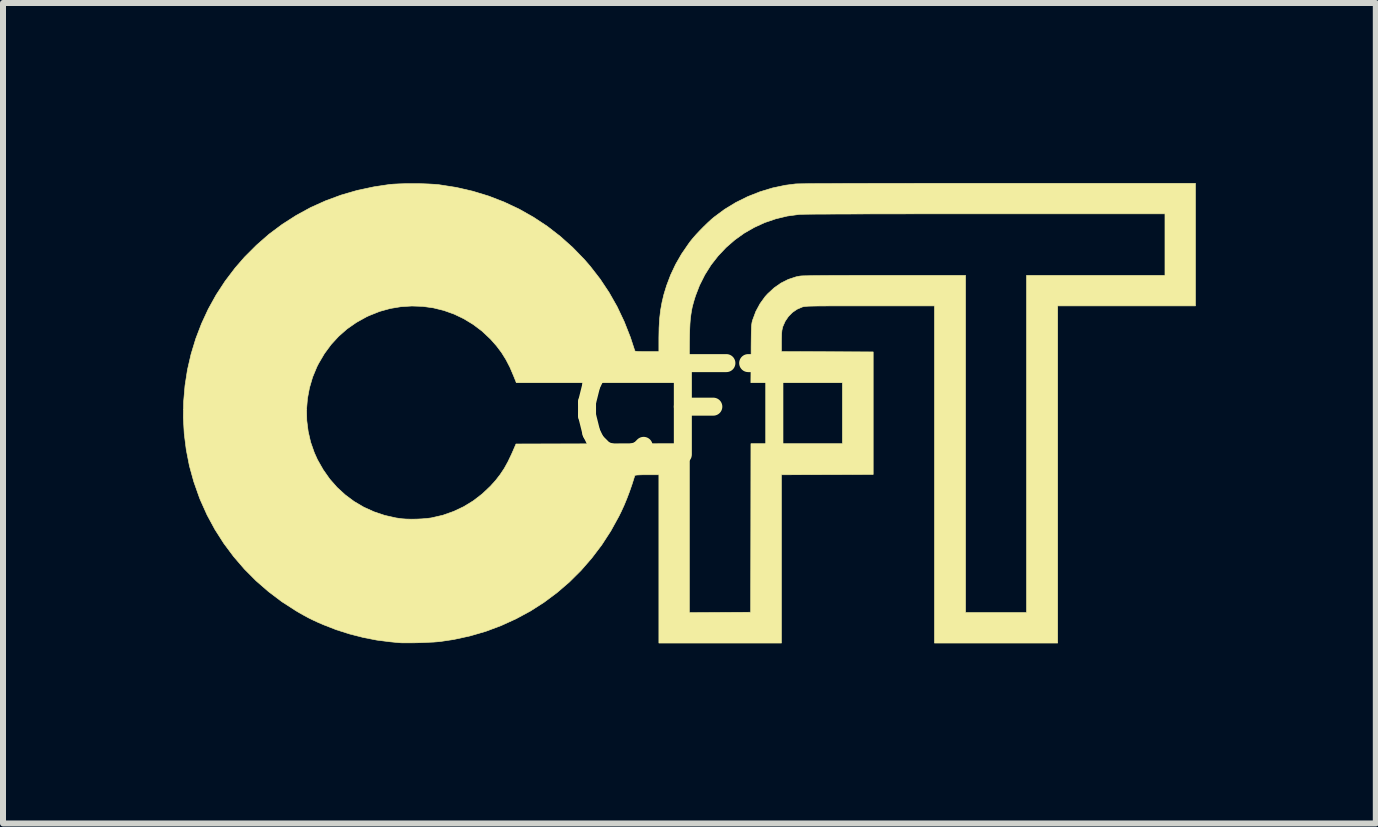
<source format=kicad_pcb>
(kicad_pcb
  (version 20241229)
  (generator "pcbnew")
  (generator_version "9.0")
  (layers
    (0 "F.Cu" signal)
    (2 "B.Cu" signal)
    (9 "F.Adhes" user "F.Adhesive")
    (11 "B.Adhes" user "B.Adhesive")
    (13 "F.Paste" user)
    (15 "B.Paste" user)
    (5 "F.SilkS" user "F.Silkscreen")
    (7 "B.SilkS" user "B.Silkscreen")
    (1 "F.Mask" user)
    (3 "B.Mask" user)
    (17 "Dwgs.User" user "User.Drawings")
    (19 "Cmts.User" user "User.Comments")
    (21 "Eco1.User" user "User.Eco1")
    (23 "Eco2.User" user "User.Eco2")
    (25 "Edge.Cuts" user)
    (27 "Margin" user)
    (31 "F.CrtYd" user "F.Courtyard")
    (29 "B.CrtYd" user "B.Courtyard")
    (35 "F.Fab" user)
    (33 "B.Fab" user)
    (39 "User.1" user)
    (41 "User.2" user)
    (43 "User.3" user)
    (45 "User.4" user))
  (footprint "CFT"
    (layer "F.Cu")
    (at 8.437 3.835)
    (property "Reference" "CFT" (at 0 0 0) (layer "F.SilkS") (effects (font (size 1.524 1.524) (thickness 0.3))))
    (attr through_hole)
    (fp_poly (pts (xy 8.433 -1.788) (xy 6.137 -1.788) (xy 6.137 3.83) (xy 4.084 3.83) (xy 4.084 -1.788) (xy 3.014 -1.788) (xy 2.843 -1.788) (xy 2.691 -1.788) (xy 2.557 -1.788) (xy 2.439 -1.788) (xy 2.338 -1.788) (xy 2.25 -1.787) (xy 2.175 -1.787) (xy 2.113 -1.786) (xy 2.061 -1.785) (xy 2.018 -1.784) (xy 1.983 -1.783) (xy 1.956 -1.781) (xy 1.934 -1.779) (xy 1.917 -1.777) (xy 1.903 -1.775) (xy 1.891 -1.772) (xy 1.88 -1.769) (xy 1.878 -1.768) (xy 1.794 -1.732) (xy 1.717 -1.679) (xy 1.65 -1.611) (xy 1.597 -1.533) (xy 1.558 -1.446) (xy 1.55 -1.417) (xy 1.542 -1.378) (xy 1.537 -1.326) (xy 1.535 -1.258) (xy 1.534 -1.192) (xy 1.534 -1.026) (xy 2.299 -1.024) (xy 3.063 -1.021) (xy 3.063 1.021) (xy 1.534 1.026) (xy 1.534 3.83) (xy -0.508 3.83) (xy -0.508 1.026) (xy -0.706 1.026) (xy -0.779 1.026) (xy -0.834 1.028) (xy -0.872 1.03) (xy -0.896 1.033) (xy -0.907 1.037) (xy -0.909 1.039) (xy -0.954 1.181) (xy -0.998 1.308) (xy -1.042 1.424) (xy -1.087 1.533) (xy -1.136 1.64) (xy -1.174 1.717) (xy -1.309 1.962) (xy -1.46 2.195) (xy -1.626 2.414) (xy -1.805 2.62) (xy -1.998 2.812) (xy -2.204 2.989) (xy -2.421 3.151) (xy -2.649 3.297) (xy -2.888 3.426) (xy -3.136 3.539) (xy -3.392 3.635) (xy -3.657 3.712) (xy -3.928 3.771) (xy -4.155 3.805) (xy -4.201 3.809) (xy -4.262 3.814) (xy -4.333 3.817) (xy -4.412 3.821) (xy -4.493 3.824) (xy -4.575 3.826) (xy -4.652 3.827) (xy -4.721 3.827) (xy -4.779 3.827) (xy -4.821 3.825) (xy -4.831 3.824) (xy -4.858 3.822) (xy -4.899 3.818) (xy -4.948 3.813) (xy -4.989 3.809) (xy -5.208 3.781) (xy -5.434 3.737) (xy -5.661 3.679) (xy -5.884 3.608) (xy -6.097 3.525) (xy -6.099 3.524) (xy -6.192 3.484) (xy -6.272 3.447) (xy -6.345 3.411) (xy -6.419 3.371) (xy -6.499 3.326) (xy -6.558 3.291) (xy -6.792 3.14) (xy -7.013 2.973) (xy -7.221 2.792) (xy -7.415 2.597) (xy -7.594 2.389) (xy -7.758 2.169) (xy -7.906 1.937) (xy -8.037 1.695) (xy -8.15 1.443) (xy -8.166 1.402) (xy -8.258 1.141) (xy -8.331 0.877) (xy -8.383 0.611) (xy -8.417 0.342) (xy -8.432 0.074) (xy -8.43 -0.061) (xy -6.379 -0.061) (xy -6.375 0.123) (xy -6.352 0.304) (xy -6.311 0.483) (xy -6.25 0.657) (xy -6.197 0.775) (xy -6.102 0.942) (xy -5.993 1.097) (xy -5.87 1.237) (xy -5.733 1.362) (xy -5.585 1.472) (xy -5.425 1.566) (xy -5.255 1.643) (xy -5.076 1.703) (xy -4.889 1.745) (xy -4.791 1.759) (xy -4.721 1.764) (xy -4.638 1.766) (xy -4.548 1.765) (xy -4.458 1.761) (xy -4.374 1.754) (xy -4.302 1.745) (xy -4.293 1.743) (xy -4.107 1.7) (xy -3.929 1.637) (xy -3.759 1.557) (xy -3.599 1.459) (xy -3.449 1.343) (xy -3.317 1.218) (xy -3.229 1.121) (xy -3.153 1.023) (xy -3.085 0.921) (xy -3.023 0.809) (xy -2.963 0.683) (xy -2.946 0.645) (xy -2.889 0.513) (xy 0 0.508) (xy 0 3.323) (xy 0.511 3.32) (xy 1.021 3.317) (xy 1.024 1.913) (xy 1.026 0.508) (xy 2.55 0.508) (xy 2.55 -0.508) (xy 1.025 -0.508) (xy 1.029 -0.993) (xy 1.029 -1.105) (xy 1.03 -1.199) (xy 1.031 -1.277) (xy 1.032 -1.34) (xy 1.034 -1.39) (xy 1.035 -1.43) (xy 1.037 -1.462) (xy 1.04 -1.487) (xy 1.043 -1.508) (xy 1.047 -1.526) (xy 1.052 -1.544) (xy 1.055 -1.554) (xy 1.108 -1.696) (xy 1.178 -1.825) (xy 1.263 -1.943) (xy 1.305 -1.989) (xy 1.411 -2.087) (xy 1.525 -2.167) (xy 1.648 -2.229) (xy 1.778 -2.272) (xy 1.843 -2.285) (xy 1.864 -2.287) (xy 1.905 -2.289) (xy 1.967 -2.29) (xy 2.048 -2.292) (xy 2.15 -2.293) (xy 2.272 -2.294) (xy 2.415 -2.295) (xy 2.577 -2.295) (xy 2.76 -2.296) (xy 2.963 -2.296) (xy 3.186 -2.296) (xy 3.253 -2.296) (xy 4.602 -2.296) (xy 4.602 3.322) (xy 5.618 3.322) (xy 5.618 -2.296) (xy 7.925 -2.296) (xy 7.925 -3.322) (xy 4.935 -3.322) (xy 4.62 -3.322) (xy 4.32 -3.322) (xy 4.035 -3.322) (xy 3.767 -3.322) (xy 3.514 -3.321) (xy 3.277 -3.321) (xy 3.057 -3.321) (xy 2.854 -3.32) (xy 2.668 -3.319) (xy 2.5 -3.319) (xy 2.35 -3.318) (xy 2.218 -3.317) (xy 2.104 -3.317) (xy 2.01 -3.316) (xy 1.934 -3.315) (xy 1.878 -3.314) (xy 1.842 -3.313) (xy 1.829 -3.312) (xy 1.631 -3.285) (xy 1.44 -3.239) (xy 1.255 -3.176) (xy 1.079 -3.095) (xy 0.912 -2.999) (xy 0.756 -2.887) (xy 0.611 -2.761) (xy 0.479 -2.621) (xy 0.36 -2.469) (xy 0.257 -2.305) (xy 0.169 -2.13) (xy 0.102 -1.956) (xy 0.081 -1.889) (xy 0.063 -1.826) (xy 0.047 -1.765) (xy 0.035 -1.703) (xy 0.025 -1.638) (xy 0.016 -1.568) (xy 0.01 -1.49) (xy 0.006 -1.402) (xy 0.003 -1.302) (xy 0.001 -1.188) (xy 0.000115 -1.057) (xy 0 -0.971) (xy 0 -0.508) (xy -2.883 -0.508) (xy -2.927 -0.617) (xy -2.989 -0.763) (xy -3.056 -0.892) (xy -3.13 -1.011) (xy -3.214 -1.122) (xy -3.31 -1.231) (xy -3.317 -1.238) (xy -3.454 -1.367) (xy -3.601 -1.478) (xy -3.757 -1.573) (xy -3.92 -1.651) (xy -4.091 -1.712) (xy -4.265 -1.755) (xy -4.444 -1.78) (xy -4.624 -1.786) (xy -4.804 -1.775) (xy -4.984 -1.745) (xy -5.161 -1.696) (xy -5.334 -1.627) (xy -5.38 -1.606) (xy -5.549 -1.512) (xy -5.704 -1.404) (xy -5.844 -1.281) (xy -5.97 -1.144) (xy -6.082 -0.992) (xy -6.179 -0.827) (xy -6.207 -0.772) (xy -6.278 -0.601) (xy -6.33 -0.424) (xy -6.364 -0.243) (xy -6.379 -0.061) (xy -8.43 -0.061) (xy -8.427 -0.194) (xy -8.404 -0.461) (xy -8.363 -0.725) (xy -8.303 -0.985) (xy -8.225 -1.241) (xy -8.129 -1.492) (xy -8.016 -1.736) (xy -7.885 -1.972) (xy -7.736 -2.2) (xy -7.57 -2.419) (xy -7.413 -2.6) (xy -7.215 -2.798) (xy -7.006 -2.981) (xy -6.785 -3.146) (xy -6.554 -3.294) (xy -6.313 -3.426) (xy -6.062 -3.539) (xy -5.802 -3.635) (xy -5.533 -3.713) (xy -5.255 -3.772) (xy -4.989 -3.812) (xy -4.922 -3.817) (xy -4.839 -3.821) (xy -4.745 -3.824) (xy -4.643 -3.825) (xy -4.539 -3.825) (xy -4.436 -3.823) (xy -4.339 -3.819) (xy -4.252 -3.814) (xy -4.179 -3.808) (xy -4.166 -3.806) (xy -3.884 -3.762) (xy -3.61 -3.699) (xy -3.344 -3.618) (xy -3.086 -3.518) (xy -2.837 -3.401) (xy -2.598 -3.266) (xy -2.369 -3.115) (xy -2.151 -2.946) (xy -1.944 -2.761) (xy -1.749 -2.56) (xy -1.653 -2.449) (xy -1.487 -2.235) (xy -1.338 -2.011) (xy -1.204 -1.775) (xy -1.086 -1.526) (xy -0.983 -1.265) (xy -0.909 -1.039) (xy -0.902 -1.034) (xy -0.884 -1.031) (xy -0.853 -1.028) (xy -0.806 -1.027) (xy -0.742 -1.026) (xy -0.706 -1.026) (xy -0.508 -1.026) (xy -0.508 -1.257) (xy -0.505 -1.423) (xy -0.496 -1.573) (xy -0.48 -1.713) (xy -0.456 -1.846) (xy -0.425 -1.977) (xy -0.384 -2.111) (xy -0.382 -2.119) (xy -0.312 -2.304) (xy -0.229 -2.48) (xy -0.131 -2.651) (xy -0.015 -2.82) (xy 0.014 -2.86) (xy 0.057 -2.913) (xy 0.112 -2.976) (xy 0.175 -3.043) (xy 0.241 -3.11) (xy 0.307 -3.174) (xy 0.369 -3.231) (xy 0.411 -3.266) (xy 0.586 -3.396) (xy 0.773 -3.51) (xy 0.97 -3.608) (xy 1.175 -3.689) (xy 1.385 -3.753) (xy 1.598 -3.798) (xy 1.768 -3.82) (xy 1.791 -3.821) (xy 1.833 -3.822) (xy 1.894 -3.823) (xy 1.975 -3.824) (xy 2.075 -3.825) (xy 2.195 -3.826) (xy 2.335 -3.826) (xy 2.494 -3.827) (xy 2.673 -3.828) (xy 2.872 -3.828) (xy 3.09 -3.829) (xy 3.329 -3.829) (xy 3.587 -3.829) (xy 3.866 -3.83) (xy 4.165 -3.83) (xy 4.483 -3.83) (xy 4.822 -3.83) (xy 5.159 -3.83) (xy 8.433 -3.83) (xy 8.433 -1.788)) (stroke (width 0.01) (type solid)) (fill yes) (layer "F.SilkS")))
  (gr_rect
    (start -3 -3)
    (end 19.875 10.671)
    (stroke (width 0.1) (type default))
    (fill no)
    (layer "Edge.Cuts")))
</source>
